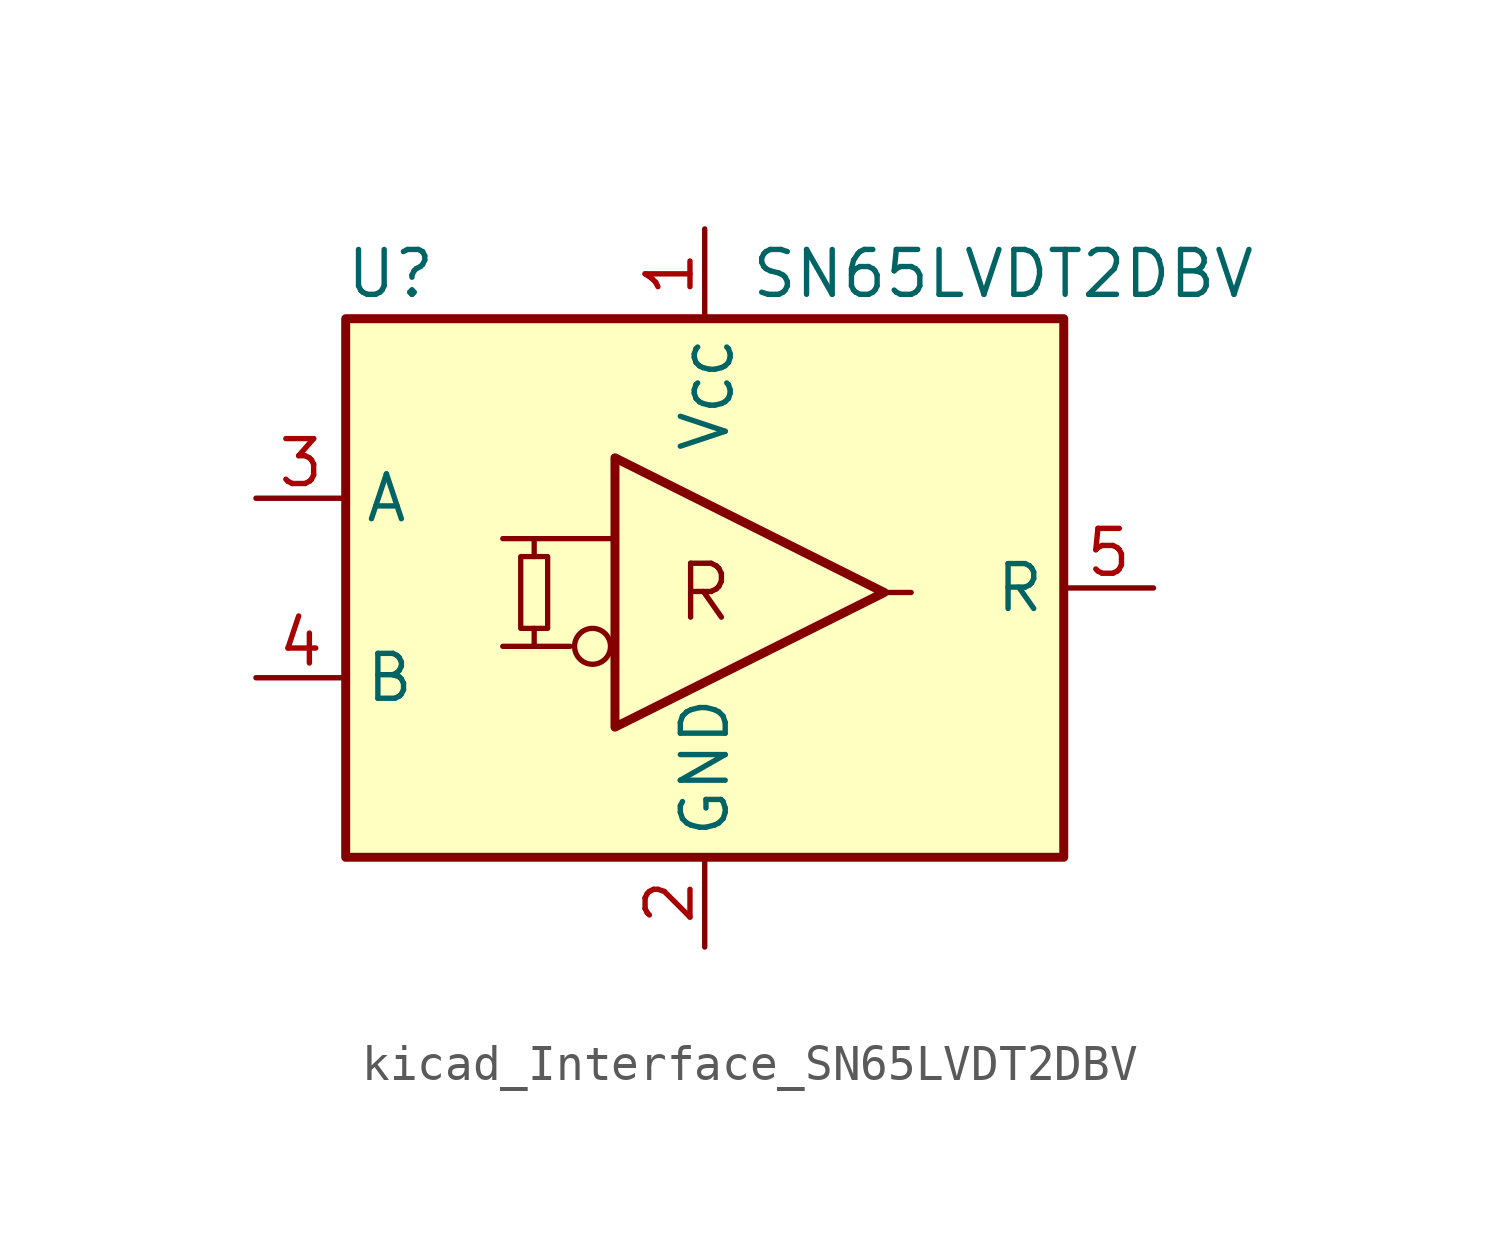
<source format=kicad_sym>
(kicad_symbol_lib
  (version 20220914)
  (generator kicad_symbol_editor)
  (symbol "kicad_Interface_SN65LVDT2DBV"
    (property "Reference" "U"
      (at -8.89 8.89 0)
      (effects (font (size 1.27 1.27))))
    (property "Value" "SN65LVDT2DBV"
      (at 1.27 8.89 0)
      (effects (font (size 1.27 1.27)) (justify left)))
    (symbol "kicad_Interface_SN65LVDT2DBV_0_1"
      (rectangle (start -5.207 0.889) (end -4.445 -1.143) (stroke (width 0.15) (type default) (color 0 0 0 0)) (fill (type background)))
      (polyline (pts (xy -4.826 -1.143) (xy -4.826 -1.651)) (stroke (width 0.15) (type default) (color 0 0 0 0)) (fill (type none)))
      (polyline (pts (xy -4.826 1.397) (xy -4.826 0.889)) (stroke (width 0.15) (type default) (color 0 0 0 0)) (fill (type none))))
    (symbol "kicad_Interface_SN65LVDT2DBV_1_0"
      (rectangle (start -10.16 7.62) (end 10.16 -7.62) (stroke (width 0.254) (type default) (color 0 0 0 0)) (fill (type background)))
      (circle (center -3.175 -1.651) (radius 0.508) (stroke (width 0.15) (type default) (color 0 0 0 0)) (fill (type none)))
      (text "R" (at 0 -0.127 0) (effects (font (size 1.524 1.524)))))
    (symbol "kicad_Interface_SN65LVDT2DBV_1_1"
      (polyline (pts (xy -5.715 -1.651) (xy -3.81 -1.651)) (stroke (width 0.15) (type default) (color 0 0 0 0)) (fill (type none)))
      (polyline (pts (xy -5.715 1.397) (xy -2.667 1.397)) (stroke (width 0.15) (type default) (color 0 0 0 0)) (fill (type none)))
      (polyline (pts (xy 5.842 -0.127) (xy 5.08 -0.127)) (stroke (width 0.15) (type default) (color 0 0 0 0)) (fill (type none)))
      (polyline (pts (xy -2.54 -3.937) (xy -2.54 3.683) (xy 5.08 -0.127) (xy -2.54 -3.937)) (stroke (width 0.254) (type default) (color 0 0 0 0)) (fill (type none)))
      (pin power_in line (at 0 10.16 270) (length 2.54) (name "V_{CC}" (effects (font (size 1.27 1.27)))) (number "1" (effects (font (size 1.27 1.27)))))
      (pin power_in line (at 0 -10.16 90) (length 2.54) (name "GND" (effects (font (size 1.27 1.27)))) (number "2" (effects (font (size 1.27 1.27)))))
      (pin input line (at -12.7 2.54 0) (length 2.54) (name "A" (effects (font (size 1.27 1.27)))) (number "3" (effects (font (size 1.27 1.27)))))
      (pin input line (at -12.7 -2.54 0) (length 2.54) (name "B" (effects (font (size 1.27 1.27)))) (number "4" (effects (font (size 1.27 1.27)))))
      (pin output line (at 12.7 0 180) (length 2.54) (name "R" (effects (font (size 1.27 1.27)))) (number "5" (effects (font (size 1.27 1.27))))))))
</source>
